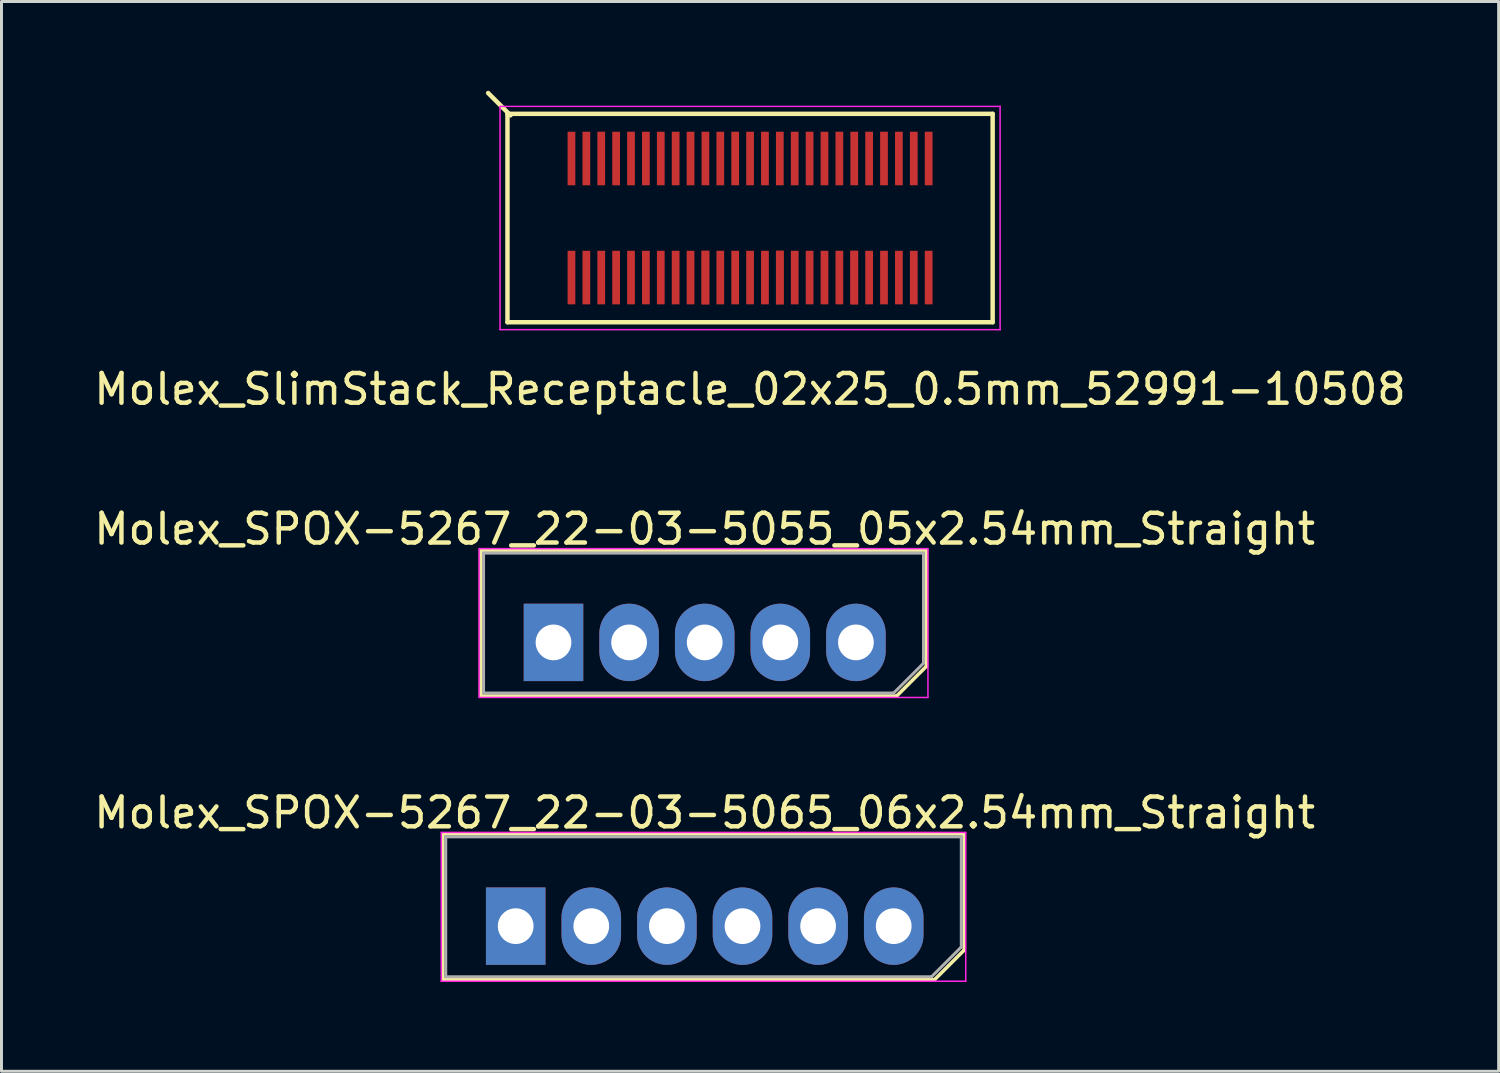
<source format=kicad_pcb>
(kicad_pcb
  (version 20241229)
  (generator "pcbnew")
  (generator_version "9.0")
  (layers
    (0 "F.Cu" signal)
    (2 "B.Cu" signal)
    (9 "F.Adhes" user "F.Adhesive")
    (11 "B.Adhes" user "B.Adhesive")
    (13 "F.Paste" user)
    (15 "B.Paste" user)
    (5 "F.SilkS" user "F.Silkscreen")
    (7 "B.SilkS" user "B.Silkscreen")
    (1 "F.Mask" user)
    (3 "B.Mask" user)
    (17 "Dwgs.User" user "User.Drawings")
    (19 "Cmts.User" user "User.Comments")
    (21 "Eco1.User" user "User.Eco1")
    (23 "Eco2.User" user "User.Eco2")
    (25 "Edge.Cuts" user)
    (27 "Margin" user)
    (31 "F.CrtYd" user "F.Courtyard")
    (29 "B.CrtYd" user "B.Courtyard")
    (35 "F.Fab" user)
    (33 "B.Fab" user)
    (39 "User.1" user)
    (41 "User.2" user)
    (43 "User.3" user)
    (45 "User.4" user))
  (footprint "Molex_SPOX-5267_22-03-5055_05x2.54mm_Straight"
    (layer "F.Cu")
    (at 15.545 18.532)
    (property "Reference" "Molex_SPOX-5267_22-03-5055_05x2.54mm_Straight" (at 5.08 -3.81 0) (layer "F.SilkS") (effects (font (size 1 1) (thickness 0.15))))
    (attr through_hole)
    (fp_line (start -2.45 -3.1) (end -2.45 1.8) (stroke (width 0.12) (type solid)) (layer "F.SilkS"))
    (fp_line (start -2.45 1.8) (end 11.53 1.8) (stroke (width 0.12) (type solid)) (layer "F.SilkS"))
    (fp_line (start 11.53 1.8) (end 12.53 0.8) (stroke (width 0.12) (type solid)) (layer "F.SilkS"))
    (fp_line (start 12.53 -3.1) (end -2.45 -3.1) (stroke (width 0.12) (type solid)) (layer "F.SilkS"))
    (fp_line (start 12.53 0.8) (end 12.53 -3.1) (stroke (width 0.12) (type solid)) (layer "F.SilkS"))
    (fp_line (start -2.5 -3.15) (end 12.58 -3.15) (stroke (width 0.05) (type solid)) (layer "F.CrtYd"))
    (fp_line (start -2.5 1.85) (end -2.5 -3.15) (stroke (width 0.05) (type solid)) (layer "F.CrtYd"))
    (fp_line (start 12.58 -3.15) (end 12.58 1.85) (stroke (width 0.05) (type solid)) (layer "F.CrtYd"))
    (fp_line (start 12.58 1.85) (end -2.5 1.85) (stroke (width 0.05) (type solid)) (layer "F.CrtYd"))
    (fp_line (start -2.35 -3) (end -2.35 1.7) (stroke (width 0.1) (type solid)) (layer "F.Fab"))
    (fp_line (start -2.35 1.7) (end 11.43 1.7) (stroke (width 0.1) (type solid)) (layer "F.Fab"))
    (fp_line (start 11.43 1.7) (end 12.43 0.7) (stroke (width 0.1) (type solid)) (layer "F.Fab"))
    (fp_line (start 12.43 -3) (end -2.35 -3) (stroke (width 0.1) (type solid)) (layer "F.Fab"))
    (fp_line (start 12.43 0.7) (end 12.43 -3) (stroke (width 0.1) (type solid)) (layer "F.Fab"))
    (pad "1" thru_hole rect (at 0 0) (size 2 2.6) (drill 1.2) (layers "*.Cu" "*.Mask"))
    (pad "2" thru_hole oval (at 2.54 0) (size 2 2.6) (drill 1.2) (layers "*.Cu" "*.Mask"))
    (pad "3" thru_hole oval (at 5.08 0) (size 2 2.6) (drill 1.2) (layers "*.Cu" "*.Mask"))
    (pad "4" thru_hole oval (at 7.62 0) (size 2 2.6) (drill 1.2) (layers "*.Cu" "*.Mask"))
    (pad "5" thru_hole oval (at 10.16 0) (size 2 2.6) (drill 1.2) (layers "*.Cu" "*.Mask")))
  (footprint "Molex_SlimStack_Receptacle_02x25_0.5mm_52991-10508"
    (layer "F.Cu")
    (at 22.149 4.275)
    (property "Reference" "Molex_SlimStack_Receptacle_02x25_0.5mm_52991-10508" (at 0 5.75 0) (layer "F.SilkS") (effects (font (size 1 1) (thickness 0.15))))
    (attr smd)
    (fp_line (start -8.15 -3.5) (end -8.15 3.5) (stroke (width 0.15) (type solid)) (layer "F.SilkS"))
    (fp_line (start -8.15 3.5) (end 8.15 3.5) (stroke (width 0.15) (type solid)) (layer "F.SilkS"))
    (fp_line (start -8.05 -3.45) (end -8.8 -4.2) (stroke (width 0.15) (type solid)) (layer "F.SilkS"))
    (fp_line (start 8.15 -3.5) (end -8.15 -3.5) (stroke (width 0.15) (type solid)) (layer "F.SilkS"))
    (fp_line (start 8.15 3.5) (end 8.15 -3.5) (stroke (width 0.15) (type solid)) (layer "F.SilkS"))
    (fp_line (start -8.4 -3.75) (end -8.4 3.75) (stroke (width 0.05) (type solid)) (layer "F.CrtYd"))
    (fp_line (start -8.4 3.75) (end 8.4 3.75) (stroke (width 0.05) (type solid)) (layer "F.CrtYd"))
    (fp_line (start 8.4 -3.75) (end -8.4 -3.75) (stroke (width 0.05) (type solid)) (layer "F.CrtYd"))
    (fp_line (start 8.4 3.75) (end 8.4 -3.75) (stroke (width 0.05) (type solid)) (layer "F.CrtYd"))
    (pad "1" smd rect (at -6 -2) (size 0.26 1.8) (layers "F.Cu" "F.Mask" "F.Paste"))
    (pad "2" smd rect (at -6 2) (size 0.26 1.8) (layers "F.Cu" "F.Mask" "F.Paste"))
    (pad "3" smd rect (at -5.5 -2) (size 0.26 1.8) (layers "F.Cu" "F.Mask" "F.Paste"))
    (pad "4" smd rect (at -5.5 2) (size 0.26 1.8) (layers "F.Cu" "F.Mask" "F.Paste"))
    (pad "5" smd rect (at -5 -2) (size 0.26 1.8) (layers "F.Cu" "F.Mask" "F.Paste"))
    (pad "6" smd rect (at -5 2) (size 0.26 1.8) (layers "F.Cu" "F.Mask" "F.Paste"))
    (pad "7" smd rect (at -4.5 -2) (size 0.26 1.8) (layers "F.Cu" "F.Mask" "F.Paste"))
    (pad "8" smd rect (at -4.5 2) (size 0.26 1.8) (layers "F.Cu" "F.Mask" "F.Paste"))
    (pad "9" smd rect (at -4 -2) (size 0.26 1.8) (layers "F.Cu" "F.Mask" "F.Paste"))
    (pad "10" smd rect (at -4 2) (size 0.26 1.8) (layers "F.Cu" "F.Mask" "F.Paste"))
    (pad "11" smd rect (at -3.5 -2) (size 0.26 1.8) (layers "F.Cu" "F.Mask" "F.Paste"))
    (pad "12" smd rect (at -3.5 2) (size 0.26 1.8) (layers "F.Cu" "F.Mask" "F.Paste"))
    (pad "13" smd rect (at -3 -2) (size 0.26 1.8) (layers "F.Cu" "F.Mask" "F.Paste"))
    (pad "14" smd rect (at -3 2) (size 0.26 1.8) (layers "F.Cu" "F.Mask" "F.Paste"))
    (pad "15" smd rect (at -2.5 -2) (size 0.26 1.8) (layers "F.Cu" "F.Mask" "F.Paste"))
    (pad "16" smd rect (at -2.5 2) (size 0.26 1.8) (layers "F.Cu" "F.Mask" "F.Paste"))
    (pad "17" smd rect (at -2 -2) (size 0.26 1.8) (layers "F.Cu" "F.Mask" "F.Paste"))
    (pad "18" smd rect (at -2 2) (size 0.26 1.8) (layers "F.Cu" "F.Mask" "F.Paste"))
    (pad "19" smd rect (at -1.5 -2) (size 0.26 1.8) (layers "F.Cu" "F.Mask" "F.Paste"))
    (pad "20" smd rect (at -1.5 2) (size 0.26 1.8) (layers "F.Cu" "F.Mask" "F.Paste"))
    (pad "20" smd rect (at -1.5 2) (size 0.26 1.8) (layers "F.Cu" "F.Mask" "F.Paste"))
    (pad "21" smd rect (at -1 -2) (size 0.26 1.8) (layers "F.Cu" "F.Mask" "F.Paste"))
    (pad "22" smd rect (at -1 2) (size 0.26 1.8) (layers "F.Cu" "F.Mask" "F.Paste"))
    (pad "23" smd rect (at -0.5 -2) (size 0.26 1.8) (layers "F.Cu" "F.Mask" "F.Paste"))
    (pad "24" smd rect (at -0.5 2) (size 0.26 1.8) (layers "F.Cu" "F.Mask" "F.Paste"))
    (pad "25" smd rect (at 0 -2) (size 0.26 1.8) (layers "F.Cu" "F.Mask" "F.Paste"))
    (pad "26" smd rect (at 0 2) (size 0.26 1.8) (layers "F.Cu" "F.Mask" "F.Paste"))
    (pad "27" smd rect (at 0.5 -2) (size 0.26 1.8) (layers "F.Cu" "F.Mask" "F.Paste"))
    (pad "28" smd rect (at 0.5 2) (size 0.26 1.8) (layers "F.Cu" "F.Mask" "F.Paste"))
    (pad "29" smd rect (at 1 -2) (size 0.26 1.8) (layers "F.Cu" "F.Mask" "F.Paste"))
    (pad "30" smd rect (at 1 2) (size 0.26 1.8) (layers "F.Cu" "F.Mask" "F.Paste"))
    (pad "30" smd rect (at 1 2) (size 0.26 1.8) (layers "F.Cu" "F.Mask" "F.Paste"))
    (pad "31" smd rect (at 1.5 -2) (size 0.26 1.8) (layers "F.Cu" "F.Mask" "F.Paste"))
    (pad "32" smd rect (at 1.5 2) (size 0.26 1.8) (layers "F.Cu" "F.Mask" "F.Paste"))
    (pad "33" smd rect (at 2 -2) (size 0.26 1.8) (layers "F.Cu" "F.Mask" "F.Paste"))
    (pad "34" smd rect (at 2 2) (size 0.26 1.8) (layers "F.Cu" "F.Mask" "F.Paste"))
    (pad "35" smd rect (at 2.5 -2) (size 0.26 1.8) (layers "F.Cu" "F.Mask" "F.Paste"))
    (pad "36" smd rect (at 2.5 2) (size 0.26 1.8) (layers "F.Cu" "F.Mask" "F.Paste"))
    (pad "37" smd rect (at 3 -2) (size 0.26 1.8) (layers "F.Cu" "F.Mask" "F.Paste"))
    (pad "38" smd rect (at 3 2) (size 0.26 1.8) (layers "F.Cu" "F.Mask" "F.Paste"))
    (pad "39" smd rect (at 3.5 -2) (size 0.26 1.8) (layers "F.Cu" "F.Mask" "F.Paste"))
    (pad "40" smd rect (at 3.5 2) (size 0.26 1.8) (layers "F.Cu" "F.Mask" "F.Paste"))
    (pad "40" smd rect (at 3.5 2) (size 0.26 1.8) (layers "F.Cu" "F.Mask" "F.Paste"))
    (pad "41" smd rect (at 4 -2) (size 0.26 1.8) (layers "F.Cu" "F.Mask" "F.Paste"))
    (pad "42" smd rect (at 4 2) (size 0.26 1.8) (layers "F.Cu" "F.Mask" "F.Paste"))
    (pad "43" smd rect (at 4.5 -2) (size 0.26 1.8) (layers "F.Cu" "F.Mask" "F.Paste"))
    (pad "44" smd rect (at 4.5 2) (size 0.26 1.8) (layers "F.Cu" "F.Mask" "F.Paste"))
    (pad "45" smd rect (at 5 -2) (size 0.26 1.8) (layers "F.Cu" "F.Mask" "F.Paste"))
    (pad "46" smd rect (at 5 2) (size 0.26 1.8) (layers "F.Cu" "F.Mask" "F.Paste"))
    (pad "47" smd rect (at 5.5 -2) (size 0.26 1.8) (layers "F.Cu" "F.Mask" "F.Paste"))
    (pad "48" smd rect (at 5.5 2) (size 0.26 1.8) (layers "F.Cu" "F.Mask" "F.Paste"))
    (pad "49" smd rect (at 6 -2) (size 0.26 1.8) (layers "F.Cu" "F.Mask" "F.Paste"))
    (pad "50" smd rect (at 6 2) (size 0.26 1.8) (layers "F.Cu" "F.Mask" "F.Paste")))
  (footprint "Molex_SPOX-5267_22-03-5065_06x2.54mm_Straight"
    (layer "F.Cu")
    (at 14.275 28.065)
    (property "Reference" "Molex_SPOX-5267_22-03-5065_06x2.54mm_Straight" (at 6.35 -3.81 0) (layer "F.SilkS") (effects (font (size 1 1) (thickness 0.15))))
    (attr through_hole)
    (fp_line (start -2.45 -3.1) (end -2.45 1.8) (stroke (width 0.12) (type solid)) (layer "F.SilkS"))
    (fp_line (start -2.45 1.8) (end 14.07 1.8) (stroke (width 0.12) (type solid)) (layer "F.SilkS"))
    (fp_line (start 14.07 1.8) (end 15.07 0.8) (stroke (width 0.12) (type solid)) (layer "F.SilkS"))
    (fp_line (start 15.07 -3.1) (end -2.45 -3.1) (stroke (width 0.12) (type solid)) (layer "F.SilkS"))
    (fp_line (start 15.07 0.8) (end 15.07 -3.1) (stroke (width 0.12) (type solid)) (layer "F.SilkS"))
    (fp_line (start -2.5 -3.15) (end 15.12 -3.15) (stroke (width 0.05) (type solid)) (layer "F.CrtYd"))
    (fp_line (start -2.5 1.85) (end -2.5 -3.15) (stroke (width 0.05) (type solid)) (layer "F.CrtYd"))
    (fp_line (start 15.12 -3.15) (end 15.12 1.85) (stroke (width 0.05) (type solid)) (layer "F.CrtYd"))
    (fp_line (start 15.12 1.85) (end -2.5 1.85) (stroke (width 0.05) (type solid)) (layer "F.CrtYd"))
    (fp_line (start -2.35 -3) (end -2.35 1.7) (stroke (width 0.1) (type solid)) (layer "F.Fab"))
    (fp_line (start -2.35 1.7) (end 13.97 1.7) (stroke (width 0.1) (type solid)) (layer "F.Fab"))
    (fp_line (start 13.97 1.7) (end 14.97 0.7) (stroke (width 0.1) (type solid)) (layer "F.Fab"))
    (fp_line (start 14.97 -3) (end -2.35 -3) (stroke (width 0.1) (type solid)) (layer "F.Fab"))
    (fp_line (start 14.97 0.7) (end 14.97 -3) (stroke (width 0.1) (type solid)) (layer "F.Fab"))
    (pad "1" thru_hole rect (at 0 0) (size 2 2.6) (drill 1.2) (layers "*.Cu" "*.Mask"))
    (pad "2" thru_hole oval (at 2.54 0) (size 2 2.6) (drill 1.2) (layers "*.Cu" "*.Mask"))
    (pad "3" thru_hole oval (at 5.08 0) (size 2 2.6) (drill 1.2) (layers "*.Cu" "*.Mask"))
    (pad "4" thru_hole oval (at 7.62 0) (size 2 2.6) (drill 1.2) (layers "*.Cu" "*.Mask"))
    (pad "5" thru_hole oval (at 10.16 0) (size 2 2.6) (drill 1.2) (layers "*.Cu" "*.Mask"))
    (pad "6" thru_hole oval (at 12.7 0) (size 2 2.6) (drill 1.2) (layers "*.Cu" "*.Mask")))
  (gr_rect
    (start -3 -3)
    (end 47.298 32.94)
    (stroke (width 0.1) (type default))
    (fill no)
    (layer "Edge.Cuts")))
</source>
